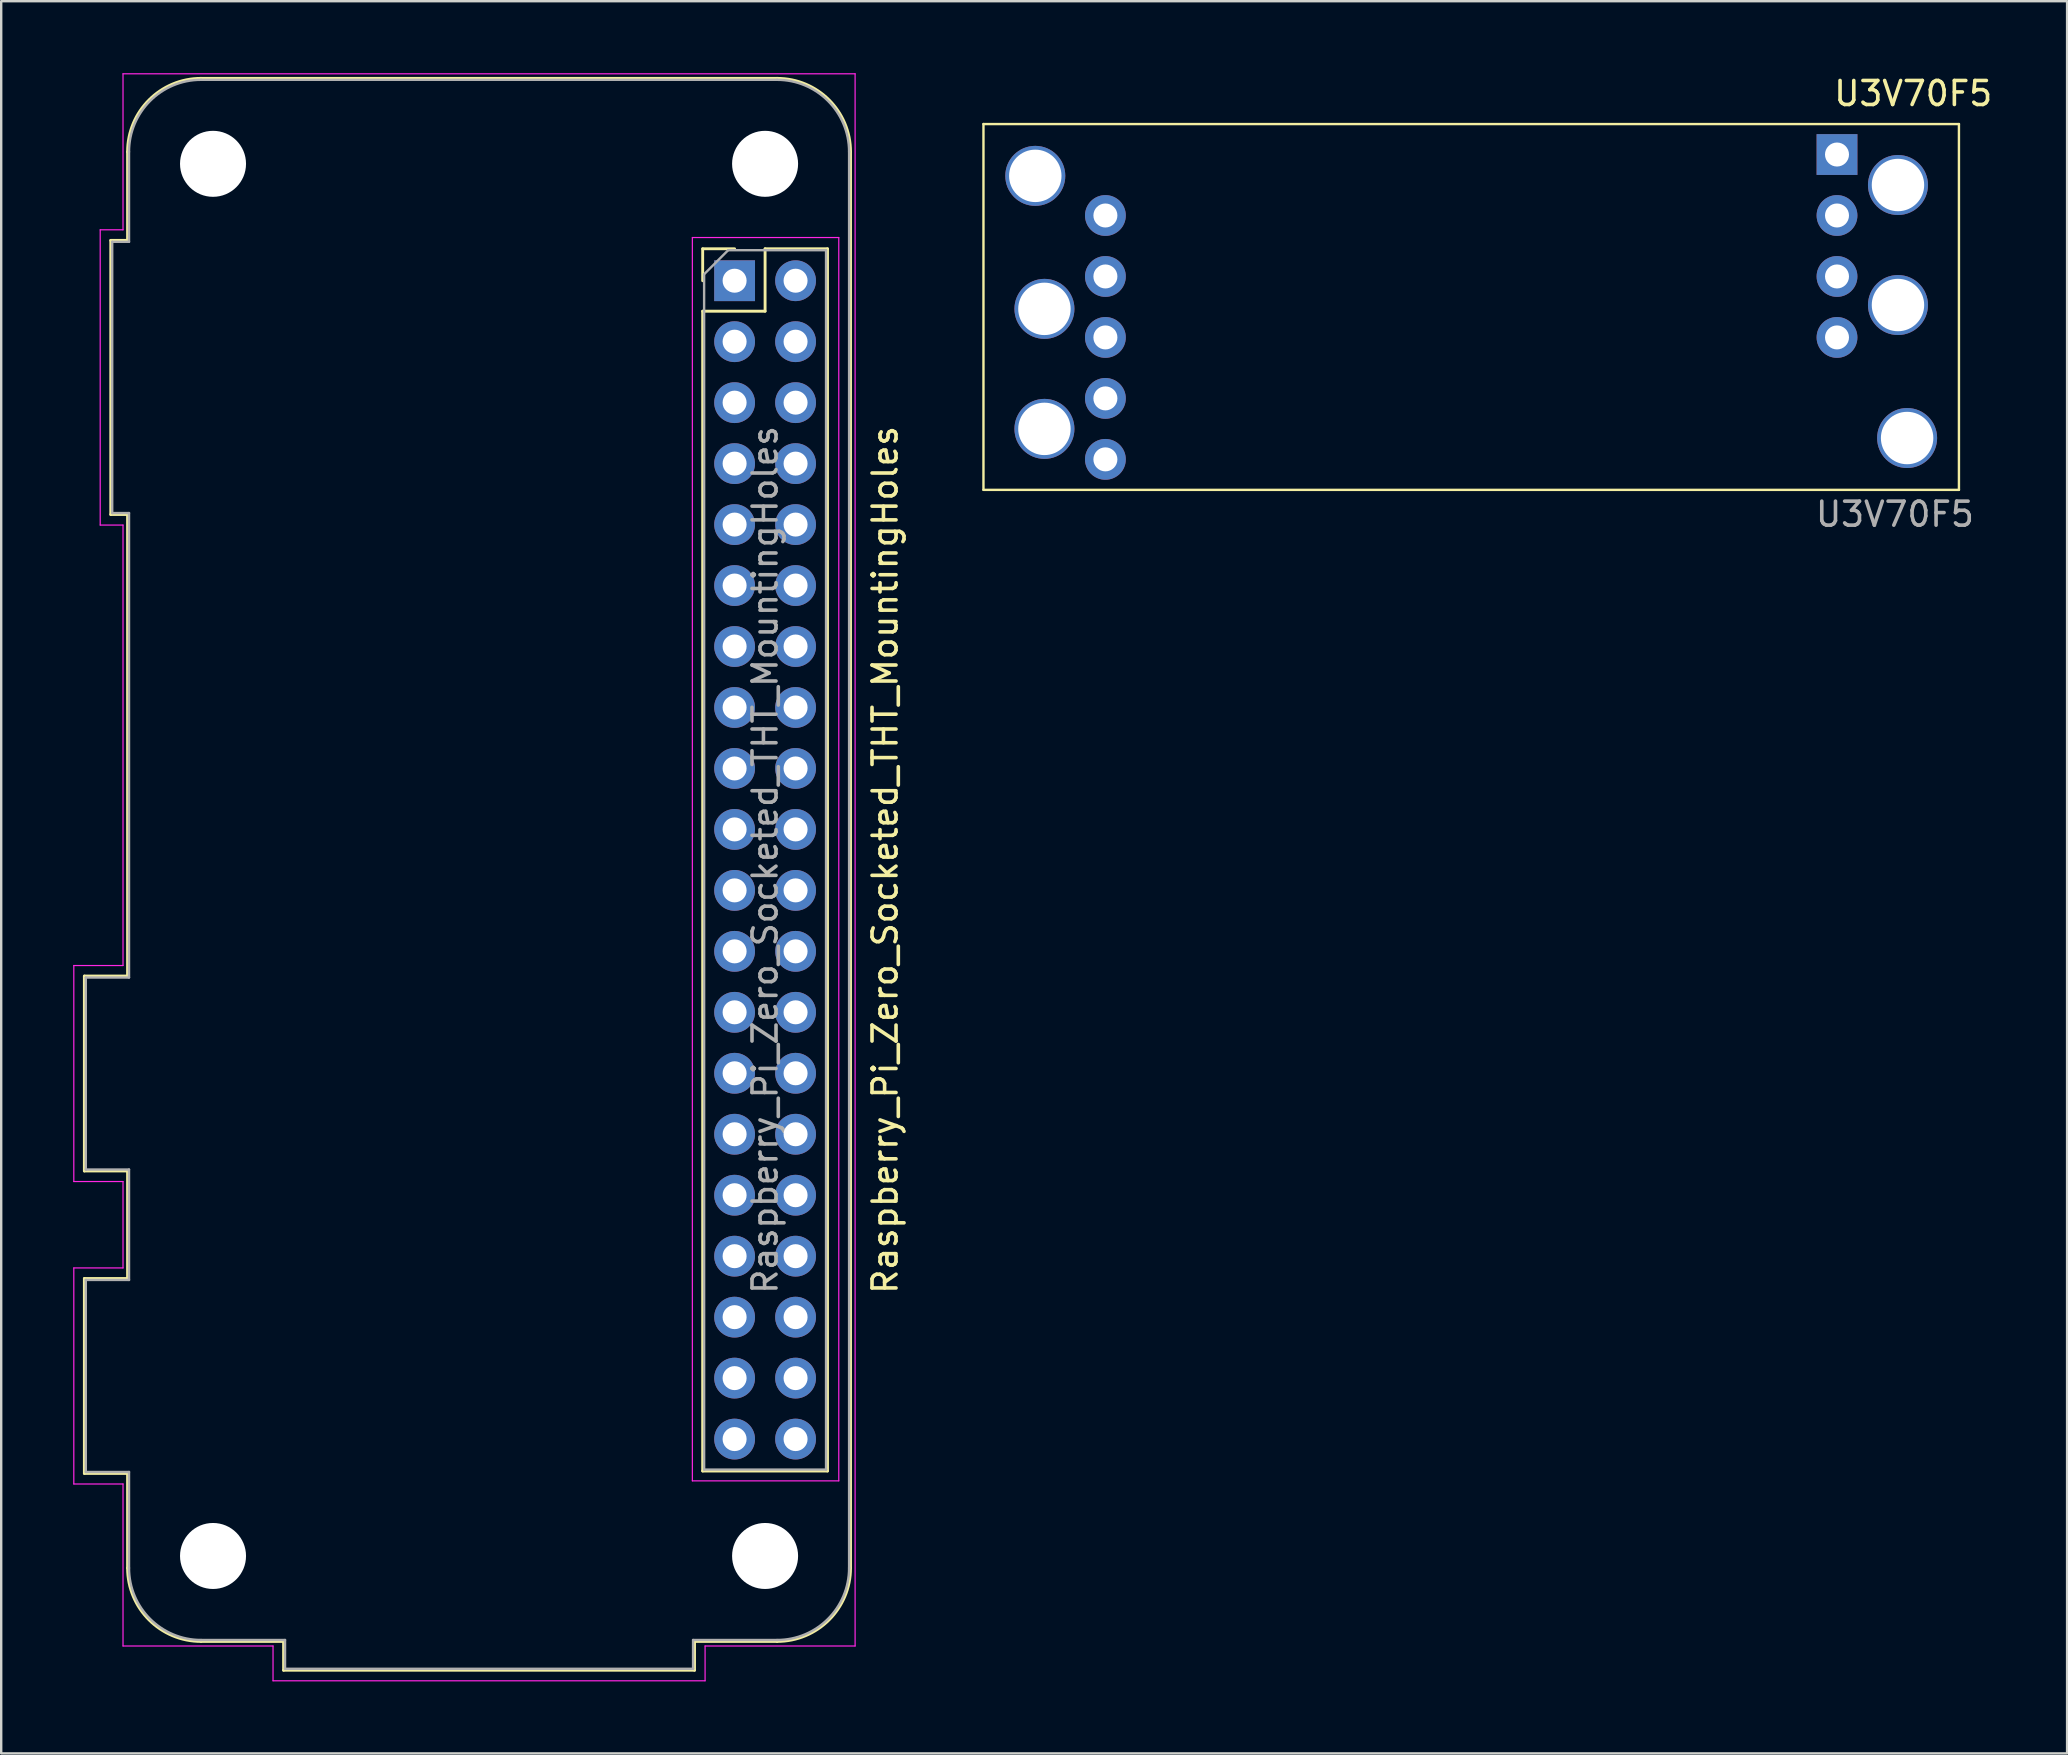
<source format=kicad_pcb>
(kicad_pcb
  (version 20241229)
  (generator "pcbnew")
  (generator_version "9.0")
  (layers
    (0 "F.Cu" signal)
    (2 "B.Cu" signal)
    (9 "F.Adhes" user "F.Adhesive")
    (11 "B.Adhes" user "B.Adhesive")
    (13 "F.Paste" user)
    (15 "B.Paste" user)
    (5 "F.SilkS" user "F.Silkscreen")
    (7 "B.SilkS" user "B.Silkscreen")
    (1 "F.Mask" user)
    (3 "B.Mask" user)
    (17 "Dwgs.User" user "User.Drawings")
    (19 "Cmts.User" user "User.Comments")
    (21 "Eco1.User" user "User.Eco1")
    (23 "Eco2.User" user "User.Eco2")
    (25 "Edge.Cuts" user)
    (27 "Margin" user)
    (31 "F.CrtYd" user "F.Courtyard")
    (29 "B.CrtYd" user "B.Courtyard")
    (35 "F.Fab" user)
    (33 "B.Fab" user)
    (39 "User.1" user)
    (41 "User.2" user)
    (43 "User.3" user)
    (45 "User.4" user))
  (footprint "Raspberry_Pi_Zero_Socketed_THT_MountingHoles"
    (layer "F.Cu")
    (at 7.235 8.645)
    (property "Reference" "Raspberry_Pi_Zero_Socketed_THT_MountingHoles" (at 26.59 24.13 90) (layer "F.SilkS") (effects (font (size 1 1) (thickness 0.15))))
    (attr through_hole)
    (fp_line (start -6.77 28.97) (end -4.97 28.97) (stroke (width 0.12) (type solid)) (layer "F.SilkS"))
    (fp_line (start -6.77 37.09) (end -6.77 28.97) (stroke (width 0.12) (type solid)) (layer "F.SilkS"))
    (fp_line (start -6.77 41.57) (end -4.97 41.57) (stroke (width 0.12) (type solid)) (layer "F.SilkS"))
    (fp_line (start -6.77 49.69) (end -6.77 41.57) (stroke (width 0.12) (type solid)) (layer "F.SilkS"))
    (fp_line (start -5.67 -1.68) (end -4.97 -1.68) (stroke (width 0.12) (type solid)) (layer "F.SilkS"))
    (fp_line (start -5.67 9.74) (end -5.67 -1.68) (stroke (width 0.12) (type solid)) (layer "F.SilkS"))
    (fp_line (start -4.97 -1.68) (end -4.97 -5.37) (stroke (width 0.12) (type solid)) (layer "F.SilkS"))
    (fp_line (start -4.97 9.74) (end -5.67 9.74) (stroke (width 0.12) (type solid)) (layer "F.SilkS"))
    (fp_line (start -4.97 28.97) (end -4.97 9.74) (stroke (width 0.12) (type solid)) (layer "F.SilkS"))
    (fp_line (start -4.97 37.09) (end -6.77 37.09) (stroke (width 0.12) (type solid)) (layer "F.SilkS"))
    (fp_line (start -4.97 41.57) (end -4.97 37.09) (stroke (width 0.12) (type solid)) (layer "F.SilkS"))
    (fp_line (start -4.97 49.69) (end -6.77 49.69) (stroke (width 0.12) (type solid)) (layer "F.SilkS"))
    (fp_line (start -4.97 53.63) (end -4.97 49.69) (stroke (width 0.12) (type solid)) (layer "F.SilkS"))
    (fp_line (start 1.53 56.69) (end -1.91 56.69) (stroke (width 0.12) (type solid)) (layer "F.SilkS"))
    (fp_line (start 1.53 57.89) (end 1.53 56.69) (stroke (width 0.12) (type solid)) (layer "F.SilkS"))
    (fp_line (start 18.65 56.69) (end 18.65 57.89) (stroke (width 0.12) (type solid)) (layer "F.SilkS"))
    (fp_line (start 18.65 56.69) (end 22.09 56.69) (stroke (width 0.12) (type solid)) (layer "F.SilkS"))
    (fp_line (start 18.65 57.89) (end 1.53 57.89) (stroke (width 0.12) (type solid)) (layer "F.SilkS"))
    (fp_line (start 18.99 -1.33) (end 18.99 0) (stroke (width 0.12) (type solid)) (layer "F.SilkS"))
    (fp_line (start 18.99 1.27) (end 18.99 49.59) (stroke (width 0.12) (type solid)) (layer "F.SilkS"))
    (fp_line (start 20.32 -1.33) (end 18.99 -1.33) (stroke (width 0.12) (type solid)) (layer "F.SilkS"))
    (fp_line (start 21.59 -1.33) (end 21.59 1.27) (stroke (width 0.12) (type solid)) (layer "F.SilkS"))
    (fp_line (start 21.59 1.27) (end 18.99 1.27) (stroke (width 0.12) (type solid)) (layer "F.SilkS"))
    (fp_line (start 22.09 -8.43) (end -1.91 -8.43) (stroke (width 0.12) (type solid)) (layer "F.SilkS"))
    (fp_line (start 24.19 -1.33) (end 21.59 -1.33) (stroke (width 0.12) (type solid)) (layer "F.SilkS"))
    (fp_line (start 24.19 -1.33) (end 24.19 49.59) (stroke (width 0.12) (type solid)) (layer "F.SilkS"))
    (fp_line (start 24.19 49.59) (end 18.99 49.59) (stroke (width 0.12) (type solid)) (layer "F.SilkS"))
    (fp_line (start 25.15 53.63) (end 25.15 -5.37) (stroke (width 0.12) (type solid)) (layer "F.SilkS"))
    (fp_arc (start -4.97 -5.37) (mid -4.073747 -7.533747) (end -1.91 -8.43) (stroke (width 0.12) (type solid)) (layer "F.SilkS"))
    (fp_arc (start -1.91 56.69) (mid -4.073747 55.793747) (end -4.97 53.63) (stroke (width 0.12) (type solid)) (layer "F.SilkS"))
    (fp_arc (start 22.09 -8.43) (mid 24.253747 -7.533747) (end 25.15 -5.37) (stroke (width 0.12) (type solid)) (layer "F.SilkS"))
    (fp_arc (start 25.15 53.63) (mid 24.253747 55.793747) (end 22.09 56.69) (stroke (width 0.12) (type solid)) (layer "F.SilkS"))
    (fp_line (start -7.21 28.53) (end -5.16 28.53) (stroke (width 0.05) (type solid)) (layer "F.CrtYd"))
    (fp_line (start -7.21 37.53) (end -7.21 28.53) (stroke (width 0.05) (type solid)) (layer "F.CrtYd"))
    (fp_line (start -7.21 37.53) (end -5.16 37.53) (stroke (width 0.05) (type solid)) (layer "F.CrtYd"))
    (fp_line (start -7.21 41.13) (end -5.16 41.13) (stroke (width 0.05) (type solid)) (layer "F.CrtYd"))
    (fp_line (start -7.21 50.13) (end -7.21 41.13) (stroke (width 0.05) (type solid)) (layer "F.CrtYd"))
    (fp_line (start -7.21 50.13) (end -5.16 50.13) (stroke (width 0.05) (type solid)) (layer "F.CrtYd"))
    (fp_line (start -6.11 -2.12) (end -6.11 10.18) (stroke (width 0.05) (type solid)) (layer "F.CrtYd"))
    (fp_line (start -6.11 -2.12) (end -5.16 -2.12) (stroke (width 0.05) (type solid)) (layer "F.CrtYd"))
    (fp_line (start -6.11 10.18) (end -5.16 10.18) (stroke (width 0.05) (type solid)) (layer "F.CrtYd"))
    (fp_line (start -5.16 -2.12) (end -5.16 -8.62) (stroke (width 0.05) (type solid)) (layer "F.CrtYd"))
    (fp_line (start -5.16 28.53) (end -5.16 10.18) (stroke (width 0.05) (type solid)) (layer "F.CrtYd"))
    (fp_line (start -5.16 37.53) (end -5.16 41.13) (stroke (width 0.05) (type solid)) (layer "F.CrtYd"))
    (fp_line (start -5.16 50.13) (end -5.16 56.88) (stroke (width 0.05) (type solid)) (layer "F.CrtYd"))
    (fp_line (start 1.09 56.88) (end -5.16 56.88) (stroke (width 0.05) (type solid)) (layer "F.CrtYd"))
    (fp_line (start 1.09 58.33) (end 1.09 56.88) (stroke (width 0.05) (type solid)) (layer "F.CrtYd"))
    (fp_line (start 1.09 58.33) (end 19.09 58.33) (stroke (width 0.05) (type solid)) (layer "F.CrtYd"))
    (fp_line (start 18.56 -1.8) (end 18.56 50) (stroke (width 0.05) (type solid)) (layer "F.CrtYd"))
    (fp_line (start 18.56 50) (end 24.66 50) (stroke (width 0.05) (type solid)) (layer "F.CrtYd"))
    (fp_line (start 19.09 58.33) (end 19.09 56.88) (stroke (width 0.05) (type solid)) (layer "F.CrtYd"))
    (fp_line (start 24.66 -1.8) (end 18.56 -1.8) (stroke (width 0.05) (type solid)) (layer "F.CrtYd"))
    (fp_line (start 24.66 50) (end 24.66 -1.8) (stroke (width 0.05) (type solid)) (layer "F.CrtYd"))
    (fp_line (start 25.34 -8.62) (end -5.16 -8.62) (stroke (width 0.05) (type solid)) (layer "F.CrtYd"))
    (fp_line (start 25.34 56.88) (end 19.09 56.88) (stroke (width 0.05) (type solid)) (layer "F.CrtYd"))
    (fp_line (start 25.34 56.88) (end 25.34 -8.62) (stroke (width 0.05) (type solid)) (layer "F.CrtYd"))
    (fp_line (start -6.71 29.03) (end -4.91 29.03) (stroke (width 0.1) (type solid)) (layer "F.Fab"))
    (fp_line (start -6.71 37.03) (end -6.71 29.03) (stroke (width 0.1) (type solid)) (layer "F.Fab"))
    (fp_line (start -6.71 41.63) (end -4.91 41.63) (stroke (width 0.1) (type solid)) (layer "F.Fab"))
    (fp_line (start -6.71 49.63) (end -6.71 41.63) (stroke (width 0.1) (type solid)) (layer "F.Fab"))
    (fp_line (start -5.61 9.68) (end -5.61 -1.62) (stroke (width 0.1) (type solid)) (layer "F.Fab"))
    (fp_line (start -4.91 -1.62) (end -5.61 -1.62) (stroke (width 0.1) (type solid)) (layer "F.Fab"))
    (fp_line (start -4.91 -1.62) (end -4.91 -5.37) (stroke (width 0.1) (type solid)) (layer "F.Fab"))
    (fp_line (start -4.91 9.68) (end -5.61 9.68) (stroke (width 0.1) (type solid)) (layer "F.Fab"))
    (fp_line (start -4.91 29.03) (end -4.91 9.68) (stroke (width 0.1) (type solid)) (layer "F.Fab"))
    (fp_line (start -4.91 37.03) (end -6.71 37.03) (stroke (width 0.1) (type solid)) (layer "F.Fab"))
    (fp_line (start -4.91 41.63) (end -4.91 37.03) (stroke (width 0.1) (type solid)) (layer "F.Fab"))
    (fp_line (start -4.91 49.63) (end -6.71 49.63) (stroke (width 0.1) (type solid)) (layer "F.Fab"))
    (fp_line (start -4.91 49.63) (end -4.91 53.63) (stroke (width 0.1) (type solid)) (layer "F.Fab"))
    (fp_line (start -1.91 56.63) (end 1.59 56.63) (stroke (width 0.1) (type solid)) (layer "F.Fab"))
    (fp_line (start 1.59 56.63) (end 1.59 57.83) (stroke (width 0.1) (type solid)) (layer "F.Fab"))
    (fp_line (start 18.59 56.63) (end 18.59 57.83) (stroke (width 0.1) (type solid)) (layer "F.Fab"))
    (fp_line (start 18.59 57.83) (end 1.59 57.83) (stroke (width 0.1) (type solid)) (layer "F.Fab"))
    (fp_line (start 19.05 -0.27) (end 19.05 49.53) (stroke (width 0.1) (type solid)) (layer "F.Fab"))
    (fp_line (start 19.05 49.53) (end 24.13 49.53) (stroke (width 0.1) (type solid)) (layer "F.Fab"))
    (fp_line (start 20.05 -1.27) (end 19.05 -0.27) (stroke (width 0.1) (type solid)) (layer "F.Fab"))
    (fp_line (start 22.09 -8.37) (end -1.91 -8.37) (stroke (width 0.1) (type solid)) (layer "F.Fab"))
    (fp_line (start 22.09 56.63) (end 18.59 56.63) (stroke (width 0.1) (type solid)) (layer "F.Fab"))
    (fp_line (start 24.13 -1.27) (end 20.05 -1.27) (stroke (width 0.1) (type solid)) (layer "F.Fab"))
    (fp_line (start 24.13 49.53) (end 24.13 -1.27) (stroke (width 0.1) (type solid)) (layer "F.Fab"))
    (fp_line (start 25.09 53.63) (end 25.09 -5.37) (stroke (width 0.1) (type solid)) (layer "F.Fab"))
    (fp_arc (start -4.91 -5.37) (mid -4.03132 -7.49132) (end -1.91 -8.37) (stroke (width 0.1) (type solid)) (layer "F.Fab"))
    (fp_arc (start -1.91 56.63) (mid -4.03132 55.75132) (end -4.91 53.63) (stroke (width 0.1) (type solid)) (layer "F.Fab"))
    (fp_arc (start 22.09 -8.37) (mid 24.21132 -7.49132) (end 25.09 -5.37) (stroke (width 0.1) (type solid)) (layer "F.Fab"))
    (fp_arc (start 25.09 53.63) (mid 24.21132 55.75132) (end 22.09 56.63) (stroke (width 0.1) (type solid)) (layer "F.Fab"))
    (fp_text user "${REFERENCE}" (at 21.59 24.13 90) (layer "F.Fab") (effects (font (size 1 1) (thickness 0.15))))
    (pad "" np_thru_hole circle (at -1.41 -4.87 270) (size 2.75 2.75) (drill 2.75) (layers "*.Cu" "*.Mask"))
    (pad "" np_thru_hole circle (at -1.41 53.13 270) (size 2.75 2.75) (drill 2.75) (layers "*.Cu" "*.Mask"))
    (pad "" np_thru_hole circle (at 21.59 -4.87 270) (size 2.75 2.75) (drill 2.75) (layers "*.Cu" "*.Mask"))
    (pad "" np_thru_hole circle (at 21.59 53.13 270) (size 2.75 2.75) (drill 2.75) (layers "*.Cu" "*.Mask"))
    (pad "1" thru_hole rect (at 20.32 0) (size 1.7 1.7) (drill 1) (layers "*.Cu" "*.Mask"))
    (pad "2" thru_hole oval (at 22.86 0) (size 1.7 1.7) (drill 1) (layers "*.Cu" "*.Mask"))
    (pad "3" thru_hole oval (at 20.32 2.54) (size 1.7 1.7) (drill 1) (layers "*.Cu" "*.Mask"))
    (pad "4" thru_hole oval (at 22.86 2.54) (size 1.7 1.7) (drill 1) (layers "*.Cu" "*.Mask"))
    (pad "5" thru_hole oval (at 20.32 5.08) (size 1.7 1.7) (drill 1) (layers "*.Cu" "*.Mask"))
    (pad "6" thru_hole oval (at 22.86 5.08) (size 1.7 1.7) (drill 1) (layers "*.Cu" "*.Mask"))
    (pad "7" thru_hole oval (at 20.32 7.62) (size 1.7 1.7) (drill 1) (layers "*.Cu" "*.Mask"))
    (pad "8" thru_hole oval (at 22.86 7.62) (size 1.7 1.7) (drill 1) (layers "*.Cu" "*.Mask"))
    (pad "9" thru_hole oval (at 20.32 10.16) (size 1.7 1.7) (drill 1) (layers "*.Cu" "*.Mask"))
    (pad "10" thru_hole oval (at 22.86 10.16) (size 1.7 1.7) (drill 1) (layers "*.Cu" "*.Mask"))
    (pad "11" thru_hole oval (at 20.32 12.7) (size 1.7 1.7) (drill 1) (layers "*.Cu" "*.Mask"))
    (pad "12" thru_hole oval (at 22.86 12.7) (size 1.7 1.7) (drill 1) (layers "*.Cu" "*.Mask"))
    (pad "13" thru_hole oval (at 20.32 15.24) (size 1.7 1.7) (drill 1) (layers "*.Cu" "*.Mask"))
    (pad "14" thru_hole oval (at 22.86 15.24) (size 1.7 1.7) (drill 1) (layers "*.Cu" "*.Mask"))
    (pad "15" thru_hole oval (at 20.32 17.78) (size 1.7 1.7) (drill 1) (layers "*.Cu" "*.Mask"))
    (pad "16" thru_hole oval (at 22.86 17.78) (size 1.7 1.7) (drill 1) (layers "*.Cu" "*.Mask"))
    (pad "17" thru_hole oval (at 20.32 20.32) (size 1.7 1.7) (drill 1) (layers "*.Cu" "*.Mask"))
    (pad "18" thru_hole oval (at 22.86 20.32) (size 1.7 1.7) (drill 1) (layers "*.Cu" "*.Mask"))
    (pad "19" thru_hole oval (at 20.32 22.86) (size 1.7 1.7) (drill 1) (layers "*.Cu" "*.Mask"))
    (pad "20" thru_hole oval (at 22.86 22.86) (size 1.7 1.7) (drill 1) (layers "*.Cu" "*.Mask"))
    (pad "21" thru_hole oval (at 20.32 25.4) (size 1.7 1.7) (drill 1) (layers "*.Cu" "*.Mask"))
    (pad "22" thru_hole oval (at 22.86 25.4) (size 1.7 1.7) (drill 1) (layers "*.Cu" "*.Mask"))
    (pad "23" thru_hole oval (at 20.32 27.94) (size 1.7 1.7) (drill 1) (layers "*.Cu" "*.Mask"))
    (pad "24" thru_hole oval (at 22.86 27.94) (size 1.7 1.7) (drill 1) (layers "*.Cu" "*.Mask"))
    (pad "25" thru_hole oval (at 20.32 30.48) (size 1.7 1.7) (drill 1) (layers "*.Cu" "*.Mask"))
    (pad "26" thru_hole oval (at 22.86 30.48) (size 1.7 1.7) (drill 1) (layers "*.Cu" "*.Mask"))
    (pad "27" thru_hole oval (at 20.32 33.02) (size 1.7 1.7) (drill 1) (layers "*.Cu" "*.Mask"))
    (pad "28" thru_hole oval (at 22.86 33.02) (size 1.7 1.7) (drill 1) (layers "*.Cu" "*.Mask"))
    (pad "29" thru_hole oval (at 20.32 35.56) (size 1.7 1.7) (drill 1) (layers "*.Cu" "*.Mask"))
    (pad "30" thru_hole oval (at 22.86 35.56) (size 1.7 1.7) (drill 1) (layers "*.Cu" "*.Mask"))
    (pad "31" thru_hole oval (at 20.32 38.1) (size 1.7 1.7) (drill 1) (layers "*.Cu" "*.Mask"))
    (pad "32" thru_hole oval (at 22.86 38.1) (size 1.7 1.7) (drill 1) (layers "*.Cu" "*.Mask"))
    (pad "33" thru_hole oval (at 20.32 40.64) (size 1.7 1.7) (drill 1) (layers "*.Cu" "*.Mask"))
    (pad "34" thru_hole oval (at 22.86 40.64) (size 1.7 1.7) (drill 1) (layers "*.Cu" "*.Mask"))
    (pad "35" thru_hole oval (at 20.32 43.18) (size 1.7 1.7) (drill 1) (layers "*.Cu" "*.Mask"))
    (pad "36" thru_hole oval (at 22.86 43.18) (size 1.7 1.7) (drill 1) (layers "*.Cu" "*.Mask"))
    (pad "37" thru_hole oval (at 20.32 45.72) (size 1.7 1.7) (drill 1) (layers "*.Cu" "*.Mask"))
    (pad "38" thru_hole oval (at 22.86 45.72) (size 1.7 1.7) (drill 1) (layers "*.Cu" "*.Mask"))
    (pad "39" thru_hole oval (at 20.32 48.26) (size 1.7 1.7) (drill 1) (layers "*.Cu" "*.Mask"))
    (pad "40" thru_hole oval (at 22.86 48.26) (size 1.7 1.7) (drill 1) (layers "*.Cu" "*.Mask")))
  (footprint "U3V70F5"
    (layer "F.Cu")
    (at 37.923 17.358)
    (property "Reference" "U3V70F5" (at 38.735 -16.51 0) (layer "F.SilkS") (effects (font (size 1 1) (thickness 0.15))))
    (attr smd)
    (fp_line (start 0 -15.24) (end 0 0) (stroke (width 0.1) (type solid)) (layer "F.SilkS"))
    (fp_line (start 0 0) (end 40.64 0) (stroke (width 0.1) (type solid)) (layer "F.SilkS"))
    (fp_line (start 40.64 -15.24) (end 0 -15.24) (stroke (width 0.1) (type solid)) (layer "F.SilkS"))
    (fp_line (start 40.64 0) (end 40.64 -15.24) (stroke (width 0.1) (type solid)) (layer "F.SilkS"))
    (fp_text user "${REFERENCE}" (at 37.973 1.016 0) (layer "F.Fab") (effects (font (size 1 1) (thickness 0.15))))
    (pad "" np_thru_hole circle (at 2.159 -13.081) (size 2.5 2.5) (drill 2.184) (layers "*.Cu" "*.Mask"))
    (pad "" np_thru_hole circle (at 2.54 -7.54) (size 2.5 2.5) (drill 2.184) (layers "*.Cu" "*.Mask"))
    (pad "" np_thru_hole circle (at 2.54 -2.54) (size 2.5 2.5) (drill 2.184) (layers "*.Cu" "*.Mask"))
    (pad "" np_thru_hole circle (at 38.1 -12.7) (size 2.5 2.5) (drill 2.184) (layers "*.Cu" "*.Mask"))
    (pad "" np_thru_hole circle (at 38.1 -7.7 90) (size 2.5 2.5) (drill 2.184) (layers "*.Cu" "*.Mask"))
    (pad "" np_thru_hole circle (at 38.481 -2.159) (size 2.5 2.5) (drill 2.184) (layers "*.Cu" "*.Mask"))
    (pad "1" thru_hole rect (at 35.56 -13.97) (size 1.7 1.7) (drill 1) (layers "*.Cu" "*.Mask"))
    (pad "2" thru_hole circle (at 35.56 -11.43) (size 1.7 1.7) (drill 1) (layers "*.Cu" "*.Mask"))
    (pad "3" thru_hole circle (at 35.56 -8.89) (size 1.7 1.7) (drill 1) (layers "*.Cu" "*.Mask"))
    (pad "4" thru_hole circle (at 35.56 -6.35) (size 1.7 1.7) (drill 1) (layers "*.Cu" "*.Mask"))
    (pad "5" thru_hole circle (at 5.08 -1.27) (size 1.7 1.7) (drill 1) (layers "*.Cu" "*.Mask"))
    (pad "6" thru_hole circle (at 5.08 -3.81) (size 1.7 1.7) (drill 1) (layers "*.Cu" "*.Mask"))
    (pad "7" thru_hole circle (at 5.08 -6.35) (size 1.7 1.7) (drill 1) (layers "*.Cu" "*.Mask"))
    (pad "8" thru_hole circle (at 5.08 -8.89) (size 1.7 1.7) (drill 1) (layers "*.Cu" "*.Mask"))
    (pad "9" thru_hole circle (at 5.08 -11.43) (size 1.7 1.7) (drill 1) (layers "*.Cu" "*.Mask")))
  (gr_rect
    (start -3 -3)
    (end 83.069 70)
    (stroke (width 0.1) (type default))
    (fill no)
    (layer "Edge.Cuts")))
</source>
